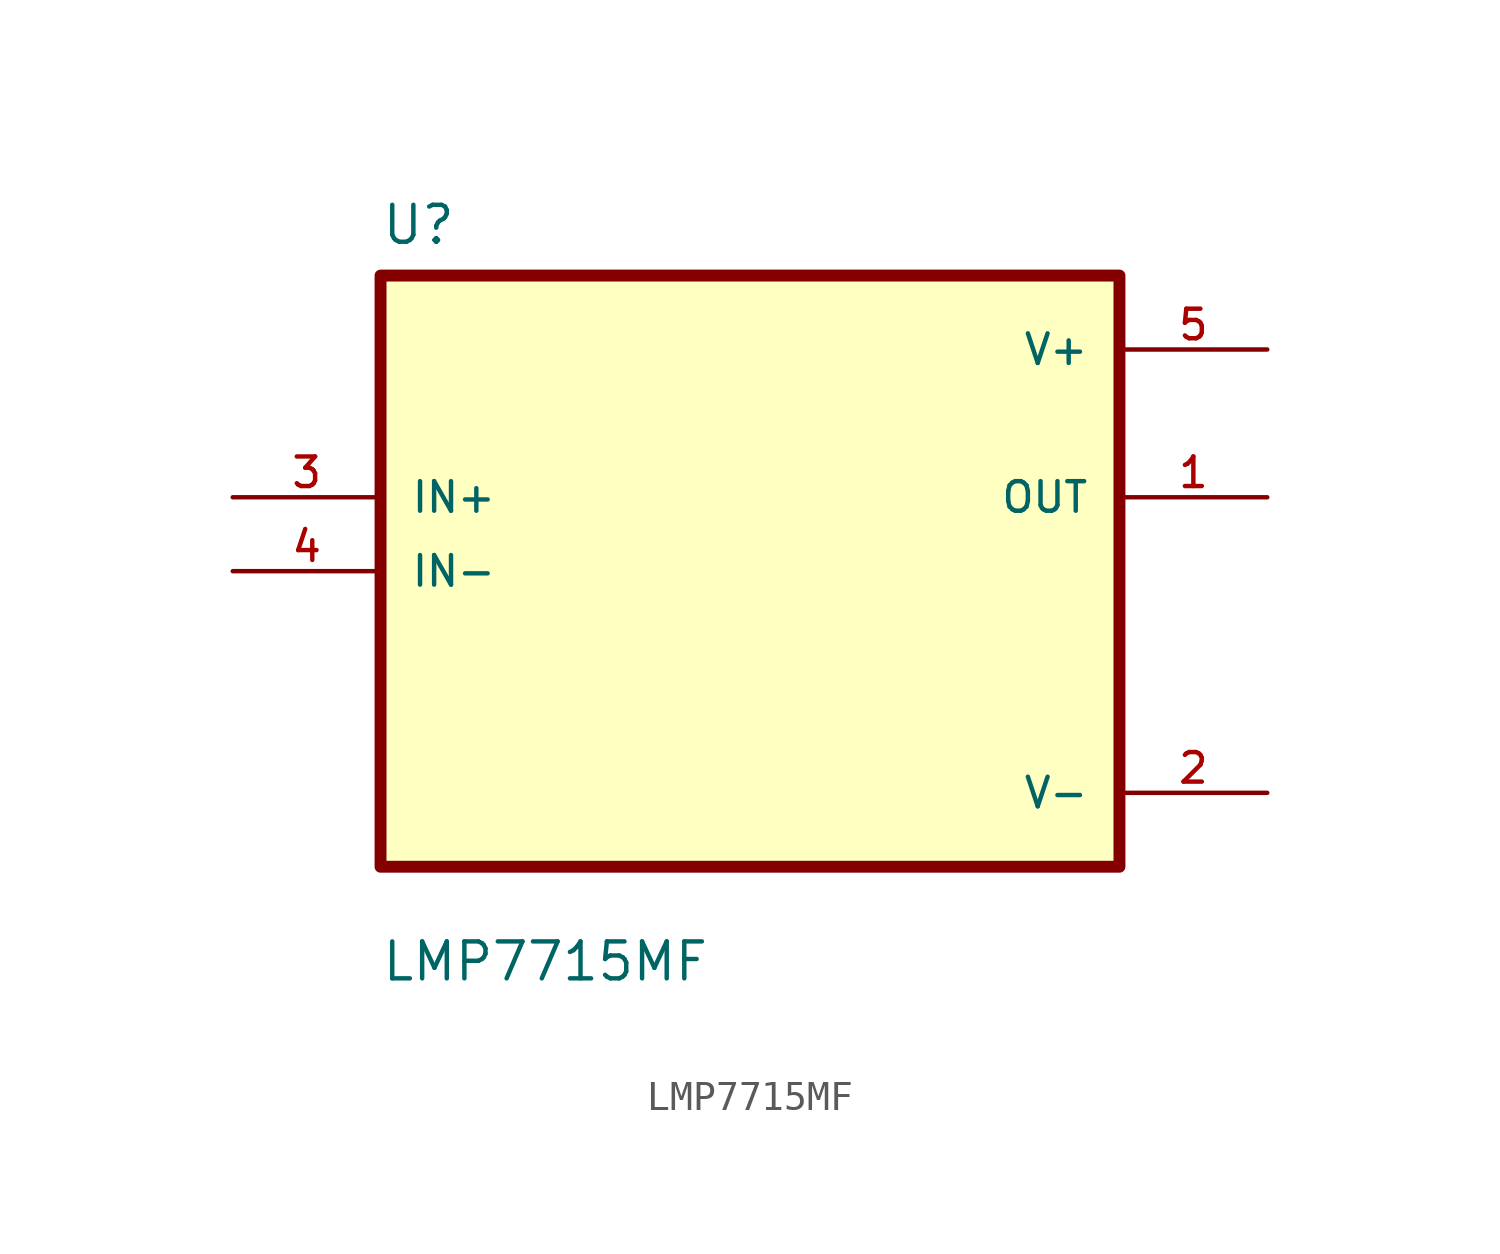
<source format=kicad_sym>
(kicad_symbol_lib
  (version 20211014)
  (generator kicad_symbol_editor)
  (symbol "LMP7715MF"
    (pin_names
      (offset 1.016))
    (property "Reference" "U"
      (at -12.7 11.16 0.0)
      (effects (font (size 1.27 1.27)) (justify bottom left)))
    (property "Value" "LMP7715MF"
      (at -12.7 -14.16 0.0)
      (effects (font (size 1.27 1.27)) (justify bottom left)))
    (symbol "LMP7715MF_0_0"
      (rectangle (start -12.7 -10.16) (end 12.7 10.16) (stroke (width 0.41)) (fill (type background)))
      (pin input line (at -17.78 2.54 0) (length 5.08) (name "IN+" (effects (font (size 1.016 1.016)))) (number "3" (effects (font (size 1.016 1.016)))))
      (pin input line (at -17.78 0.0 0) (length 5.08) (name "IN-" (effects (font (size 1.016 1.016)))) (number "4" (effects (font (size 1.016 1.016)))))
      (pin power_in line (at 17.78 7.62 180.0) (length 5.08) (name "V+" (effects (font (size 1.016 1.016)))) (number "5" (effects (font (size 1.016 1.016)))))
      (pin output line (at 17.78 2.54 180.0) (length 5.08) (name "OUT" (effects (font (size 1.016 1.016)))) (number "1" (effects (font (size 1.016 1.016)))))
      (pin power_in line (at 17.78 -7.62 180.0) (length 5.08) (name "V-" (effects (font (size 1.016 1.016)))) (number "2" (effects (font (size 1.016 1.016))))))))
</source>
